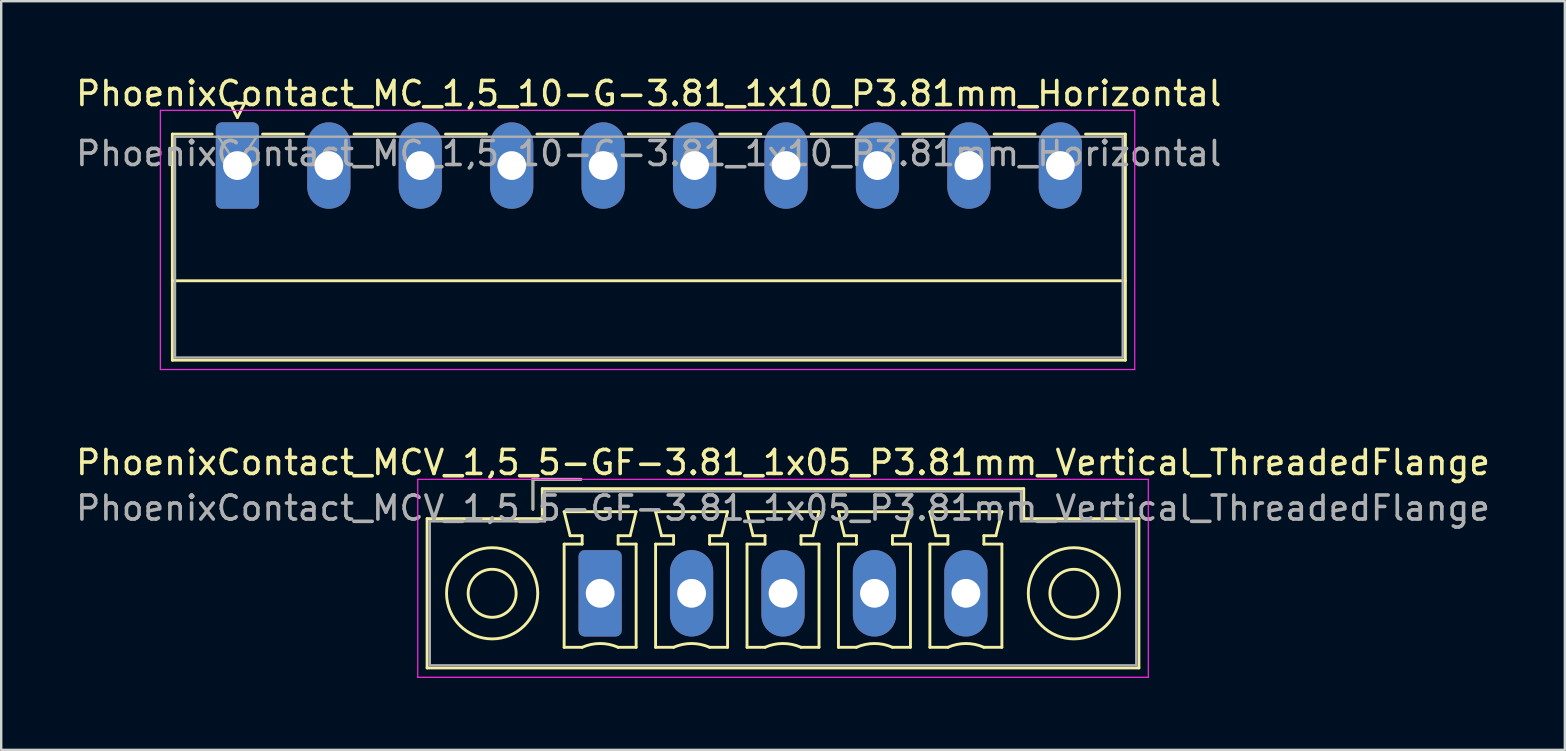
<source format=kicad_pcb>
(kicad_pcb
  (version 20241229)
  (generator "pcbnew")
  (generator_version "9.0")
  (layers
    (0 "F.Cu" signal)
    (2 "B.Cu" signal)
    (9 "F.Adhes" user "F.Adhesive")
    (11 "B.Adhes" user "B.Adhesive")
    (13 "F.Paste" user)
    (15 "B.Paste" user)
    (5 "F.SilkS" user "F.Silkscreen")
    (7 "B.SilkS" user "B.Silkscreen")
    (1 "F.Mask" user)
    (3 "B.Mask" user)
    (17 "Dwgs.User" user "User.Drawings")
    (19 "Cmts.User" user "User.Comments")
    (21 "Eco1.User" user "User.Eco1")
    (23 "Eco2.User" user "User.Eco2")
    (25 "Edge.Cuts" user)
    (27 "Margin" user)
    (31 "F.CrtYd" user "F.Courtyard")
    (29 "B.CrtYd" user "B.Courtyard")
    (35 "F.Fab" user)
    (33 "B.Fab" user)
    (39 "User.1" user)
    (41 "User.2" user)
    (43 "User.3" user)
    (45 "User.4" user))
  (footprint "PhoenixContact_MC_1,5_10-G-3.81_1x10_P3.81mm_Horizontal"
    (layer "F.Cu")
    (at 6.842 3.848)
    (property "Reference" "PhoenixContact_MC_1,5_10-G-3.81_1x10_P3.81mm_Horizontal" (at 17.14 -3 0) (layer "F.SilkS") (effects (font (size 1 1) (thickness 0.15))))
    (attr through_hole)
    (fp_line (start -2.71 -1.31) (end -2.71 8.11) (stroke (width 0.12) (type solid)) (layer "F.SilkS"))
    (fp_line (start -2.71 -1.31) (end -1.05 -1.31) (stroke (width 0.12) (type solid)) (layer "F.SilkS"))
    (fp_line (start -2.71 4.8) (end 37 4.8) (stroke (width 0.12) (type solid)) (layer "F.SilkS"))
    (fp_line (start -2.71 8.11) (end 37 8.11) (stroke (width 0.12) (type solid)) (layer "F.SilkS"))
    (fp_line (start -0.3 -2.6) (end 0.3 -2.6) (stroke (width 0.12) (type solid)) (layer "F.SilkS"))
    (fp_line (start 0 -2) (end -0.3 -2.6) (stroke (width 0.12) (type solid)) (layer "F.SilkS"))
    (fp_line (start 0.3 -2.6) (end 0 -2) (stroke (width 0.12) (type solid)) (layer "F.SilkS"))
    (fp_line (start 1.05 -1.31) (end 2.76 -1.31) (stroke (width 0.12) (type solid)) (layer "F.SilkS"))
    (fp_line (start 4.86 -1.31) (end 6.57 -1.31) (stroke (width 0.12) (type solid)) (layer "F.SilkS"))
    (fp_line (start 8.67 -1.31) (end 10.38 -1.31) (stroke (width 0.12) (type solid)) (layer "F.SilkS"))
    (fp_line (start 12.48 -1.31) (end 14.19 -1.31) (stroke (width 0.12) (type solid)) (layer "F.SilkS"))
    (fp_line (start 16.29 -1.31) (end 18 -1.31) (stroke (width 0.12) (type solid)) (layer "F.SilkS"))
    (fp_line (start 20.1 -1.31) (end 21.81 -1.31) (stroke (width 0.12) (type solid)) (layer "F.SilkS"))
    (fp_line (start 23.91 -1.31) (end 25.62 -1.31) (stroke (width 0.12) (type solid)) (layer "F.SilkS"))
    (fp_line (start 27.72 -1.31) (end 29.43 -1.31) (stroke (width 0.12) (type solid)) (layer "F.SilkS"))
    (fp_line (start 31.53 -1.31) (end 33.24 -1.31) (stroke (width 0.12) (type solid)) (layer "F.SilkS"))
    (fp_line (start 37 -1.31) (end 35.34 -1.31) (stroke (width 0.12) (type solid)) (layer "F.SilkS"))
    (fp_line (start 37 8.11) (end 37 -1.31) (stroke (width 0.12) (type solid)) (layer "F.SilkS"))
    (fp_line (start -3.21 -2.3) (end -3.21 8.5) (stroke (width 0.05) (type solid)) (layer "F.CrtYd"))
    (fp_line (start -3.21 8.5) (end 37.39 8.5) (stroke (width 0.05) (type solid)) (layer "F.CrtYd"))
    (fp_line (start 37.39 -2.3) (end -3.21 -2.3) (stroke (width 0.05) (type solid)) (layer "F.CrtYd"))
    (fp_line (start 37.39 8.5) (end 37.39 -2.3) (stroke (width 0.05) (type solid)) (layer "F.CrtYd"))
    (fp_line (start -2.6 -1.2) (end -2.6 8) (stroke (width 0.1) (type solid)) (layer "F.Fab"))
    (fp_line (start -2.6 8) (end 36.89 8) (stroke (width 0.1) (type solid)) (layer "F.Fab"))
    (fp_line (start 0 0) (end -0.8 -1.2) (stroke (width 0.1) (type solid)) (layer "F.Fab"))
    (fp_line (start 0.8 -1.2) (end 0 0) (stroke (width 0.1) (type solid)) (layer "F.Fab"))
    (fp_line (start 36.89 -1.2) (end -2.6 -1.2) (stroke (width 0.1) (type solid)) (layer "F.Fab"))
    (fp_line (start 36.89 8) (end 36.89 -1.2) (stroke (width 0.1) (type solid)) (layer "F.Fab"))
    (fp_text user "${REFERENCE}" (at 17.14 -0.5 0) (layer "F.Fab") (effects (font (size 1 1) (thickness 0.15))))
    (pad "1" thru_hole roundrect (at 0 0) (size 1.8 3.6) (drill 1.2) (layers "*.Cu" "*.Mask") (roundrect_rratio 0.139))
    (pad "2" thru_hole oval (at 3.81 0) (size 1.8 3.6) (drill 1.2) (layers "*.Cu" "*.Mask"))
    (pad "3" thru_hole oval (at 7.62 0) (size 1.8 3.6) (drill 1.2) (layers "*.Cu" "*.Mask"))
    (pad "4" thru_hole oval (at 11.43 0) (size 1.8 3.6) (drill 1.2) (layers "*.Cu" "*.Mask"))
    (pad "5" thru_hole oval (at 15.24 0) (size 1.8 3.6) (drill 1.2) (layers "*.Cu" "*.Mask"))
    (pad "6" thru_hole oval (at 19.05 0) (size 1.8 3.6) (drill 1.2) (layers "*.Cu" "*.Mask"))
    (pad "7" thru_hole oval (at 22.86 0) (size 1.8 3.6) (drill 1.2) (layers "*.Cu" "*.Mask"))
    (pad "8" thru_hole oval (at 26.67 0) (size 1.8 3.6) (drill 1.2) (layers "*.Cu" "*.Mask"))
    (pad "9" thru_hole oval (at 30.48 0) (size 1.8 3.6) (drill 1.2) (layers "*.Cu" "*.Mask"))
    (pad "10" thru_hole oval (at 34.29 0) (size 1.8 3.6) (drill 1.2) (layers "*.Cu" "*.Mask")))
  (footprint "PhoenixContact_MCV_1,5_5-GF-3.81_1x05_P3.81mm_Vertical_ThreadedFlange"
    (layer "F.Cu")
    (at 21.957 21.672)
    (property "Reference" "PhoenixContact_MCV_1,5_5-GF-3.81_1x05_P3.81mm_Vertical_ThreadedFlange" (at 7.62 -5.45 0) (layer "F.SilkS") (effects (font (size 1 1) (thickness 0.15))))
    (attr through_hole)
    (fp_line (start -7.21 -3.11) (end -7.21 3.11) (stroke (width 0.12) (type solid)) (layer "F.SilkS"))
    (fp_line (start -7.21 3.11) (end 22.45 3.11) (stroke (width 0.12) (type solid)) (layer "F.SilkS"))
    (fp_line (start -2.8 -4.75) (end -0.8 -4.75) (stroke (width 0.12) (type solid)) (layer "F.SilkS"))
    (fp_line (start -2.8 -3.5) (end -2.8 -4.75) (stroke (width 0.12) (type solid)) (layer "F.SilkS"))
    (fp_line (start -2.41 -4.36) (end -2.41 -3.11) (stroke (width 0.12) (type solid)) (layer "F.SilkS"))
    (fp_line (start -2.41 -3.11) (end -7.21 -3.11) (stroke (width 0.12) (type solid)) (layer "F.SilkS"))
    (fp_line (start -1.5 -3.4) (end 1.5 -3.4) (stroke (width 0.12) (type solid)) (layer "F.SilkS"))
    (fp_line (start -1.5 -2.05) (end -0.75 -2.05) (stroke (width 0.12) (type solid)) (layer "F.SilkS"))
    (fp_line (start -1.5 2.25) (end -1.5 -2.05) (stroke (width 0.12) (type solid)) (layer "F.SilkS"))
    (fp_line (start -1.25 -2.4) (end -1.5 -3.4) (stroke (width 0.12) (type solid)) (layer "F.SilkS"))
    (fp_line (start -0.75 -2.4) (end -1.25 -2.4) (stroke (width 0.12) (type solid)) (layer "F.SilkS"))
    (fp_line (start -0.75 -2.05) (end -0.75 -2.4) (stroke (width 0.12) (type solid)) (layer "F.SilkS"))
    (fp_line (start -0.75 2.25) (end -1.5 2.25) (stroke (width 0.12) (type solid)) (layer "F.SilkS"))
    (fp_line (start 0.75 -2.4) (end 0.75 -2.05) (stroke (width 0.12) (type solid)) (layer "F.SilkS"))
    (fp_line (start 0.75 -2.05) (end 1.5 -2.05) (stroke (width 0.12) (type solid)) (layer "F.SilkS"))
    (fp_line (start 1.25 -2.4) (end 0.75 -2.4) (stroke (width 0.12) (type solid)) (layer "F.SilkS"))
    (fp_line (start 1.5 -3.4) (end 1.25 -2.4) (stroke (width 0.12) (type solid)) (layer "F.SilkS"))
    (fp_line (start 1.5 -2.05) (end 1.5 2.25) (stroke (width 0.12) (type solid)) (layer "F.SilkS"))
    (fp_line (start 1.5 2.25) (end 0.75 2.25) (stroke (width 0.12) (type solid)) (layer "F.SilkS"))
    (fp_line (start 2.31 -3.4) (end 5.31 -3.4) (stroke (width 0.12) (type solid)) (layer "F.SilkS"))
    (fp_line (start 2.31 -2.05) (end 3.06 -2.05) (stroke (width 0.12) (type solid)) (layer "F.SilkS"))
    (fp_line (start 2.31 2.25) (end 2.31 -2.05) (stroke (width 0.12) (type solid)) (layer "F.SilkS"))
    (fp_line (start 2.56 -2.4) (end 2.31 -3.4) (stroke (width 0.12) (type solid)) (layer "F.SilkS"))
    (fp_line (start 3.06 -2.4) (end 2.56 -2.4) (stroke (width 0.12) (type solid)) (layer "F.SilkS"))
    (fp_line (start 3.06 -2.05) (end 3.06 -2.4) (stroke (width 0.12) (type solid)) (layer "F.SilkS"))
    (fp_line (start 3.06 2.25) (end 2.31 2.25) (stroke (width 0.12) (type solid)) (layer "F.SilkS"))
    (fp_line (start 4.56 -2.4) (end 4.56 -2.05) (stroke (width 0.12) (type solid)) (layer "F.SilkS"))
    (fp_line (start 4.56 -2.05) (end 5.31 -2.05) (stroke (width 0.12) (type solid)) (layer "F.SilkS"))
    (fp_line (start 5.06 -2.4) (end 4.56 -2.4) (stroke (width 0.12) (type solid)) (layer "F.SilkS"))
    (fp_line (start 5.31 -3.4) (end 5.06 -2.4) (stroke (width 0.12) (type solid)) (layer "F.SilkS"))
    (fp_line (start 5.31 -2.05) (end 5.31 2.25) (stroke (width 0.12) (type solid)) (layer "F.SilkS"))
    (fp_line (start 5.31 2.25) (end 4.56 2.25) (stroke (width 0.12) (type solid)) (layer "F.SilkS"))
    (fp_line (start 6.12 -3.4) (end 9.12 -3.4) (stroke (width 0.12) (type solid)) (layer "F.SilkS"))
    (fp_line (start 6.12 -2.05) (end 6.87 -2.05) (stroke (width 0.12) (type solid)) (layer "F.SilkS"))
    (fp_line (start 6.12 2.25) (end 6.12 -2.05) (stroke (width 0.12) (type solid)) (layer "F.SilkS"))
    (fp_line (start 6.37 -2.4) (end 6.12 -3.4) (stroke (width 0.12) (type solid)) (layer "F.SilkS"))
    (fp_line (start 6.87 -2.4) (end 6.37 -2.4) (stroke (width 0.12) (type solid)) (layer "F.SilkS"))
    (fp_line (start 6.87 -2.05) (end 6.87 -2.4) (stroke (width 0.12) (type solid)) (layer "F.SilkS"))
    (fp_line (start 6.87 2.25) (end 6.12 2.25) (stroke (width 0.12) (type solid)) (layer "F.SilkS"))
    (fp_line (start 8.37 -2.4) (end 8.37 -2.05) (stroke (width 0.12) (type solid)) (layer "F.SilkS"))
    (fp_line (start 8.37 -2.05) (end 9.12 -2.05) (stroke (width 0.12) (type solid)) (layer "F.SilkS"))
    (fp_line (start 8.87 -2.4) (end 8.37 -2.4) (stroke (width 0.12) (type solid)) (layer "F.SilkS"))
    (fp_line (start 9.12 -3.4) (end 8.87 -2.4) (stroke (width 0.12) (type solid)) (layer "F.SilkS"))
    (fp_line (start 9.12 -2.05) (end 9.12 2.25) (stroke (width 0.12) (type solid)) (layer "F.SilkS"))
    (fp_line (start 9.12 2.25) (end 8.37 2.25) (stroke (width 0.12) (type solid)) (layer "F.SilkS"))
    (fp_line (start 9.93 -3.4) (end 12.93 -3.4) (stroke (width 0.12) (type solid)) (layer "F.SilkS"))
    (fp_line (start 9.93 -2.05) (end 10.68 -2.05) (stroke (width 0.12) (type solid)) (layer "F.SilkS"))
    (fp_line (start 9.93 2.25) (end 9.93 -2.05) (stroke (width 0.12) (type solid)) (layer "F.SilkS"))
    (fp_line (start 10.18 -2.4) (end 9.93 -3.4) (stroke (width 0.12) (type solid)) (layer "F.SilkS"))
    (fp_line (start 10.68 -2.4) (end 10.18 -2.4) (stroke (width 0.12) (type solid)) (layer "F.SilkS"))
    (fp_line (start 10.68 -2.05) (end 10.68 -2.4) (stroke (width 0.12) (type solid)) (layer "F.SilkS"))
    (fp_line (start 10.68 2.25) (end 9.93 2.25) (stroke (width 0.12) (type solid)) (layer "F.SilkS"))
    (fp_line (start 12.18 -2.4) (end 12.18 -2.05) (stroke (width 0.12) (type solid)) (layer "F.SilkS"))
    (fp_line (start 12.18 -2.05) (end 12.93 -2.05) (stroke (width 0.12) (type solid)) (layer "F.SilkS"))
    (fp_line (start 12.68 -2.4) (end 12.18 -2.4) (stroke (width 0.12) (type solid)) (layer "F.SilkS"))
    (fp_line (start 12.93 -3.4) (end 12.68 -2.4) (stroke (width 0.12) (type solid)) (layer "F.SilkS"))
    (fp_line (start 12.93 -2.05) (end 12.93 2.25) (stroke (width 0.12) (type solid)) (layer "F.SilkS"))
    (fp_line (start 12.93 2.25) (end 12.18 2.25) (stroke (width 0.12) (type solid)) (layer "F.SilkS"))
    (fp_line (start 13.74 -3.4) (end 16.74 -3.4) (stroke (width 0.12) (type solid)) (layer "F.SilkS"))
    (fp_line (start 13.74 -2.05) (end 14.49 -2.05) (stroke (width 0.12) (type solid)) (layer "F.SilkS"))
    (fp_line (start 13.74 2.25) (end 13.74 -2.05) (stroke (width 0.12) (type solid)) (layer "F.SilkS"))
    (fp_line (start 13.99 -2.4) (end 13.74 -3.4) (stroke (width 0.12) (type solid)) (layer "F.SilkS"))
    (fp_line (start 14.49 -2.4) (end 13.99 -2.4) (stroke (width 0.12) (type solid)) (layer "F.SilkS"))
    (fp_line (start 14.49 -2.05) (end 14.49 -2.4) (stroke (width 0.12) (type solid)) (layer "F.SilkS"))
    (fp_line (start 14.49 2.25) (end 13.74 2.25) (stroke (width 0.12) (type solid)) (layer "F.SilkS"))
    (fp_line (start 15.99 -2.4) (end 15.99 -2.05) (stroke (width 0.12) (type solid)) (layer "F.SilkS"))
    (fp_line (start 15.99 -2.05) (end 16.74 -2.05) (stroke (width 0.12) (type solid)) (layer "F.SilkS"))
    (fp_line (start 16.49 -2.4) (end 15.99 -2.4) (stroke (width 0.12) (type solid)) (layer "F.SilkS"))
    (fp_line (start 16.74 -3.4) (end 16.49 -2.4) (stroke (width 0.12) (type solid)) (layer "F.SilkS"))
    (fp_line (start 16.74 -2.05) (end 16.74 2.25) (stroke (width 0.12) (type solid)) (layer "F.SilkS"))
    (fp_line (start 16.74 2.25) (end 15.99 2.25) (stroke (width 0.12) (type solid)) (layer "F.SilkS"))
    (fp_line (start 17.65 -4.36) (end -2.41 -4.36) (stroke (width 0.12) (type solid)) (layer "F.SilkS"))
    (fp_line (start 17.65 -3.11) (end 17.65 -4.36) (stroke (width 0.12) (type solid)) (layer "F.SilkS"))
    (fp_line (start 22.45 -3.11) (end 17.65 -3.11) (stroke (width 0.12) (type solid)) (layer "F.SilkS"))
    (fp_line (start 22.45 3.11) (end 22.45 -3.11) (stroke (width 0.12) (type solid)) (layer "F.SilkS"))
    (fp_arc (start -0.75 2.25) (mid -0.000193 2.09191) (end 0.749647 2.249844) (stroke (width 0.12) (type solid)) (layer "F.SilkS"))
    (fp_arc (start 3.06 2.25) (mid 3.809807 2.09191) (end 4.559647 2.249844) (stroke (width 0.12) (type solid)) (layer "F.SilkS"))
    (fp_arc (start 6.87 2.25) (mid 7.619807 2.09191) (end 8.369647 2.249844) (stroke (width 0.12) (type solid)) (layer "F.SilkS"))
    (fp_arc (start 10.68 2.25) (mid 11.429807 2.09191) (end 12.179647 2.249844) (stroke (width 0.12) (type solid)) (layer "F.SilkS"))
    (fp_arc (start 14.49 2.25) (mid 15.239807 2.09191) (end 15.989647 2.249844) (stroke (width 0.12) (type solid)) (layer "F.SilkS"))
    (fp_circle (center -4.5 0) (end -3.5 0) (stroke (width 0.12) (type solid)) (fill no) (layer "F.SilkS"))
    (fp_circle (center -4.5 0) (end -2.6 0) (stroke (width 0.12) (type solid)) (fill no) (layer "F.SilkS"))
    (fp_circle (center 19.74 0) (end 20.74 0) (stroke (width 0.12) (type solid)) (fill no) (layer "F.SilkS"))
    (fp_circle (center 19.74 0) (end 21.64 0) (stroke (width 0.12) (type solid)) (fill no) (layer "F.SilkS"))
    (fp_line (start -7.6 -4.75) (end -7.6 3.5) (stroke (width 0.05) (type solid)) (layer "F.CrtYd"))
    (fp_line (start -7.6 3.5) (end 22.84 3.5) (stroke (width 0.05) (type solid)) (layer "F.CrtYd"))
    (fp_line (start 22.84 -4.75) (end -7.6 -4.75) (stroke (width 0.05) (type solid)) (layer "F.CrtYd"))
    (fp_line (start 22.84 3.5) (end 22.84 -4.75) (stroke (width 0.05) (type solid)) (layer "F.CrtYd"))
    (fp_line (start -7.1 -3) (end -7.1 3) (stroke (width 0.1) (type solid)) (layer "F.Fab"))
    (fp_line (start -7.1 3) (end 22.34 3) (stroke (width 0.1) (type solid)) (layer "F.Fab"))
    (fp_line (start -2.8 -4.75) (end -0.8 -4.75) (stroke (width 0.1) (type solid)) (layer "F.Fab"))
    (fp_line (start -2.8 -3.5) (end -2.8 -4.75) (stroke (width 0.1) (type solid)) (layer "F.Fab"))
    (fp_line (start -2.3 -4.25) (end -2.3 -3) (stroke (width 0.1) (type solid)) (layer "F.Fab"))
    (fp_line (start -2.3 -3) (end -7.1 -3) (stroke (width 0.1) (type solid)) (layer "F.Fab"))
    (fp_line (start 17.54 -4.25) (end -2.3 -4.25) (stroke (width 0.1) (type solid)) (layer "F.Fab"))
    (fp_line (start 17.54 -3) (end 17.54 -4.25) (stroke (width 0.1) (type solid)) (layer "F.Fab"))
    (fp_line (start 22.34 -3) (end 17.54 -3) (stroke (width 0.1) (type solid)) (layer "F.Fab"))
    (fp_line (start 22.34 3) (end 22.34 -3) (stroke (width 0.1) (type solid)) (layer "F.Fab"))
    (fp_text user "${REFERENCE}" (at 7.62 -3.55 0) (layer "F.Fab") (effects (font (size 1 1) (thickness 0.15))))
    (pad "1" thru_hole roundrect (at 0 0) (size 1.8 3.6) (drill 1.2) (layers "*.Cu" "*.Mask") (roundrect_rratio 0.139))
    (pad "2" thru_hole oval (at 3.81 0) (size 1.8 3.6) (drill 1.2) (layers "*.Cu" "*.Mask"))
    (pad "3" thru_hole oval (at 7.62 0) (size 1.8 3.6) (drill 1.2) (layers "*.Cu" "*.Mask"))
    (pad "4" thru_hole oval (at 11.43 0) (size 1.8 3.6) (drill 1.2) (layers "*.Cu" "*.Mask"))
    (pad "5" thru_hole oval (at 15.24 0) (size 1.8 3.6) (drill 1.2) (layers "*.Cu" "*.Mask")))
  (gr_rect
    (start -3 -3)
    (end 62.155 28.197)
    (stroke (width 0.1) (type default))
    (fill no)
    (layer "Edge.Cuts")))
</source>
